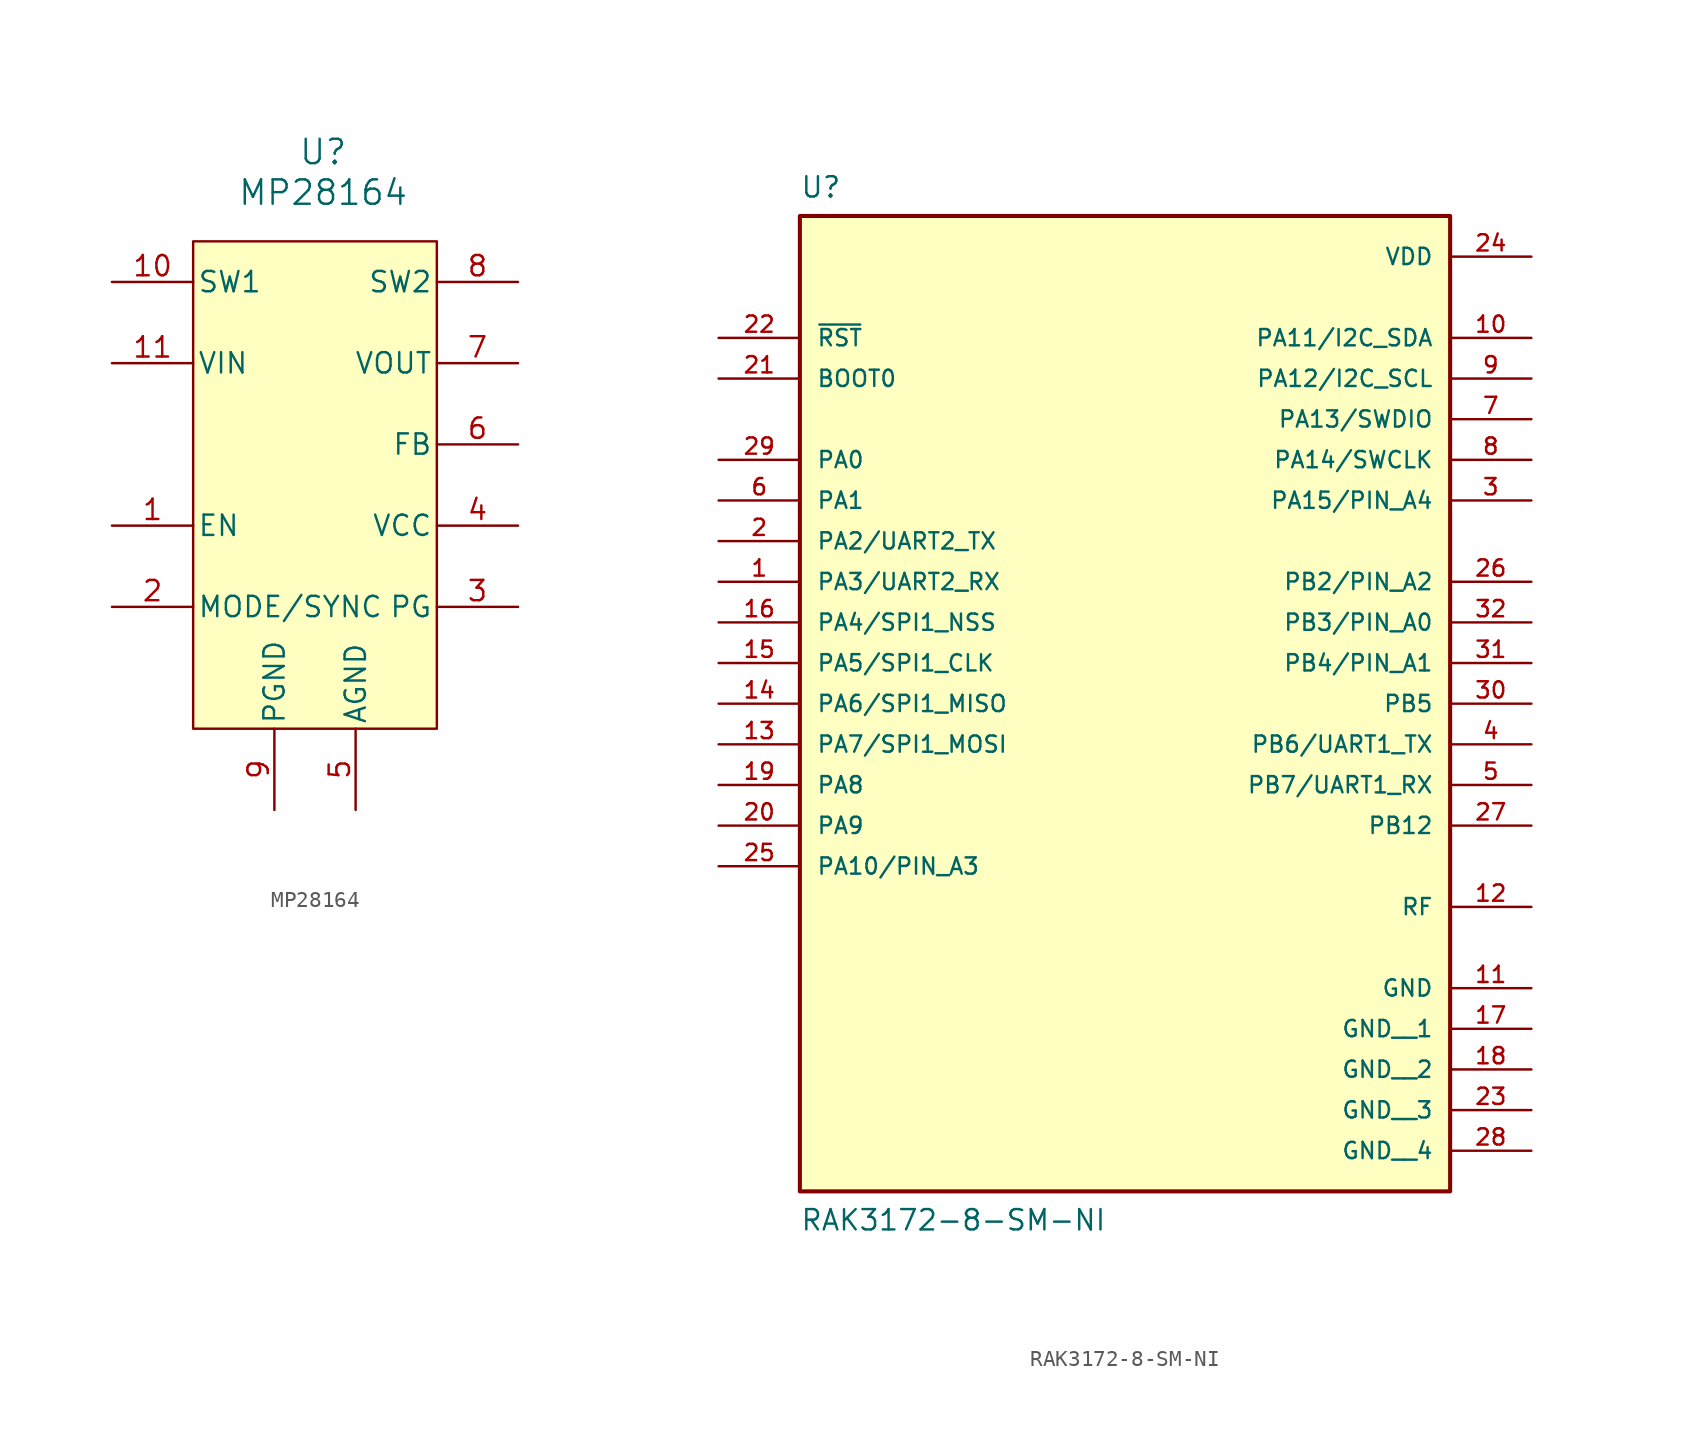
<source format=kicad_sym>
(kicad_symbol_lib
  (version 20231120)
  (generator "kicad_symbol_editor")
  (generator_version "8.0")
  (symbol "MP28164"
    (pin_names
      (offset 0.254))
    (property "Reference" "U"
      (at 0.508 0.508 0)
      (effects (font (size 1.524 1.524))))
    (property "Value" "MP28164"
      (at 0.508 -2.032 0)
      (effects (font (size 1.524 1.524))))
    (symbol "MP28164_0_1"
      (pin unspecified line (at -12.7 -22.86 0) (length 5.08) (name "EN" (effects (font (size 1.27 1.27)))) (number "1" (effects (font (size 1.27 1.27)))))
      (pin unspecified line (at -12.7 -7.62 0) (length 5.08) (name "SW1" (effects (font (size 1.27 1.27)))) (number "10" (effects (font (size 1.27 1.27)))))
      (pin power_in line (at -12.7 -12.7 0) (length 5.08) (name "VIN" (effects (font (size 1.27 1.27)))) (number "11" (effects (font (size 1.27 1.27)))))
      (pin unspecified line (at -12.7 -27.94 0) (length 5.08) (name "MODE/SYNC" (effects (font (size 1.27 1.27)))) (number "2" (effects (font (size 1.27 1.27)))))
      (pin unspecified line (at 12.7 -27.94 180) (length 5.08) (name "PG" (effects (font (size 1.27 1.27)))) (number "3" (effects (font (size 1.27 1.27)))))
      (pin power_in line (at 12.7 -22.86 180) (length 5.08) (name "VCC" (effects (font (size 1.27 1.27)))) (number "4" (effects (font (size 1.27 1.27)))))
      (pin power_in line (at 2.54 -40.64 90) (length 5.08) (name "AGND" (effects (font (size 1.27 1.27)))) (number "5" (effects (font (size 1.27 1.27)))))
      (pin unspecified line (at 12.7 -17.78 180) (length 5.08) (name "FB" (effects (font (size 1.27 1.27)))) (number "6" (effects (font (size 1.27 1.27)))))
      (pin power_in line (at 12.7 -12.7 180) (length 5.08) (name "VOUT" (effects (font (size 1.27 1.27)))) (number "7" (effects (font (size 1.27 1.27)))))
      (pin unspecified line (at 12.7 -7.62 180) (length 5.08) (name "SW2" (effects (font (size 1.27 1.27)))) (number "8" (effects (font (size 1.27 1.27)))))
      (pin power_in line (at -2.54 -40.64 90) (length 5.08) (name "PGND" (effects (font (size 1.27 1.27)))) (number "9" (effects (font (size 1.27 1.27))))))
    (symbol "MP28164_1_1"
      (rectangle (start -7.62 -5.08) (end 7.62 -35.56) (stroke (width 0) (type default)) (fill (type background)))))
  (symbol "RAK3172-8-SM-NI"
    (pin_names
      (offset 1.016))
    (property "Reference" "U"
      (at -20.32 27.94 0)
      (effects (font (size 1.27 1.27)) (justify left top)))
    (property "Value" "RAK3172-8-SM-NI"
      (at -20.32 -38.1 0)
      (effects (font (size 1.27 1.27)) (justify left bottom)))
    (symbol "RAK3172-8-SM-NI_0_0"
      (rectangle (start -20.32 -35.56) (end 20.32 25.4) (stroke (width 0.254) (type default)) (fill (type background)))
      (pin bidirectional line (at -25.4 2.54 0) (length 5.08) (name "PA3/UART2_RX" (effects (font (size 1.016 1.016)))) (number "1" (effects (font (size 1.016 1.016)))))
      (pin bidirectional line (at 25.4 17.78 180) (length 5.08) (name "PA11/I2C_SDA" (effects (font (size 1.016 1.016)))) (number "10" (effects (font (size 1.016 1.016)))))
      (pin power_in line (at 25.4 -22.86 180) (length 5.08) (name "GND" (effects (font (size 1.016 1.016)))) (number "11" (effects (font (size 1.016 1.016)))))
      (pin bidirectional line (at 25.4 -17.78 180) (length 5.08) (name "RF" (effects (font (size 1.016 1.016)))) (number "12" (effects (font (size 1.016 1.016)))))
      (pin bidirectional line (at -25.4 -7.62 0) (length 5.08) (name "PA7/SPI1_MOSI" (effects (font (size 1.016 1.016)))) (number "13" (effects (font (size 1.016 1.016)))))
      (pin bidirectional line (at -25.4 -5.08 0) (length 5.08) (name "PA6/SPI1_MISO" (effects (font (size 1.016 1.016)))) (number "14" (effects (font (size 1.016 1.016)))))
      (pin bidirectional line (at -25.4 -2.54 0) (length 5.08) (name "PA5/SPI1_CLK" (effects (font (size 1.016 1.016)))) (number "15" (effects (font (size 1.016 1.016)))))
      (pin bidirectional line (at -25.4 0 0) (length 5.08) (name "PA4/SPI1_NSS" (effects (font (size 1.016 1.016)))) (number "16" (effects (font (size 1.016 1.016)))))
      (pin power_in line (at 25.4 -25.4 180) (length 5.08) (name "GND__1" (effects (font (size 1.016 1.016)))) (number "17" (effects (font (size 1.016 1.016)))))
      (pin power_in line (at 25.4 -27.94 180) (length 5.08) (name "GND__2" (effects (font (size 1.016 1.016)))) (number "18" (effects (font (size 1.016 1.016)))))
      (pin bidirectional line (at -25.4 -10.16 0) (length 5.08) (name "PA8" (effects (font (size 1.016 1.016)))) (number "19" (effects (font (size 1.016 1.016)))))
      (pin bidirectional line (at -25.4 5.08 0) (length 5.08) (name "PA2/UART2_TX" (effects (font (size 1.016 1.016)))) (number "2" (effects (font (size 1.016 1.016)))))
      (pin bidirectional line (at -25.4 -12.7 0) (length 5.08) (name "PA9" (effects (font (size 1.016 1.016)))) (number "20" (effects (font (size 1.016 1.016)))))
      (pin input line (at -25.4 15.24 0) (length 5.08) (name "BOOT0" (effects (font (size 1.016 1.016)))) (number "21" (effects (font (size 1.016 1.016)))))
      (pin input line (at -25.4 17.78 0) (length 5.08) (name "~{RST}" (effects (font (size 1.016 1.016)))) (number "22" (effects (font (size 1.016 1.016)))))
      (pin power_in line (at 25.4 -30.48 180) (length 5.08) (name "GND__3" (effects (font (size 1.016 1.016)))) (number "23" (effects (font (size 1.016 1.016)))))
      (pin power_in line (at 25.4 22.86 180) (length 5.08) (name "VDD" (effects (font (size 1.016 1.016)))) (number "24" (effects (font (size 1.016 1.016)))))
      (pin bidirectional line (at -25.4 -15.24 0) (length 5.08) (name "PA10/PIN_A3" (effects (font (size 1.016 1.016)))) (number "25" (effects (font (size 1.016 1.016)))))
      (pin bidirectional line (at 25.4 2.54 180) (length 5.08) (name "PB2/PIN_A2" (effects (font (size 1.016 1.016)))) (number "26" (effects (font (size 1.016 1.016)))))
      (pin bidirectional line (at 25.4 -12.7 180) (length 5.08) (name "PB12" (effects (font (size 1.016 1.016)))) (number "27" (effects (font (size 1.016 1.016)))))
      (pin power_in line (at 25.4 -33.02 180) (length 5.08) (name "GND__4" (effects (font (size 1.016 1.016)))) (number "28" (effects (font (size 1.016 1.016)))))
      (pin bidirectional line (at -25.4 10.16 0) (length 5.08) (name "PA0" (effects (font (size 1.016 1.016)))) (number "29" (effects (font (size 1.016 1.016)))))
      (pin bidirectional line (at 25.4 7.62 180) (length 5.08) (name "PA15/PIN_A4" (effects (font (size 1.016 1.016)))) (number "3" (effects (font (size 1.016 1.016)))))
      (pin bidirectional line (at 25.4 -5.08 180) (length 5.08) (name "PB5" (effects (font (size 1.016 1.016)))) (number "30" (effects (font (size 1.016 1.016)))))
      (pin bidirectional line (at 25.4 -2.54 180) (length 5.08) (name "PB4/PIN_A1" (effects (font (size 1.016 1.016)))) (number "31" (effects (font (size 1.016 1.016)))))
      (pin bidirectional line (at 25.4 0 180) (length 5.08) (name "PB3/PIN_A0" (effects (font (size 1.016 1.016)))) (number "32" (effects (font (size 1.016 1.016)))))
      (pin bidirectional line (at 25.4 -7.62 180) (length 5.08) (name "PB6/UART1_TX" (effects (font (size 1.016 1.016)))) (number "4" (effects (font (size 1.016 1.016)))))
      (pin bidirectional line (at 25.4 -10.16 180) (length 5.08) (name "PB7/UART1_RX" (effects (font (size 1.016 1.016)))) (number "5" (effects (font (size 1.016 1.016)))))
      (pin bidirectional line (at -25.4 7.62 0) (length 5.08) (name "PA1" (effects (font (size 1.016 1.016)))) (number "6" (effects (font (size 1.016 1.016)))))
      (pin bidirectional line (at 25.4 12.7 180) (length 5.08) (name "PA13/SWDIO" (effects (font (size 1.016 1.016)))) (number "7" (effects (font (size 1.016 1.016)))))
      (pin bidirectional line (at 25.4 10.16 180) (length 5.08) (name "PA14/SWCLK" (effects (font (size 1.016 1.016)))) (number "8" (effects (font (size 1.016 1.016)))))
      (pin bidirectional line (at 25.4 15.24 180) (length 5.08) (name "PA12/I2C_SCL" (effects (font (size 1.016 1.016)))) (number "9" (effects (font (size 1.016 1.016))))))))
</source>
